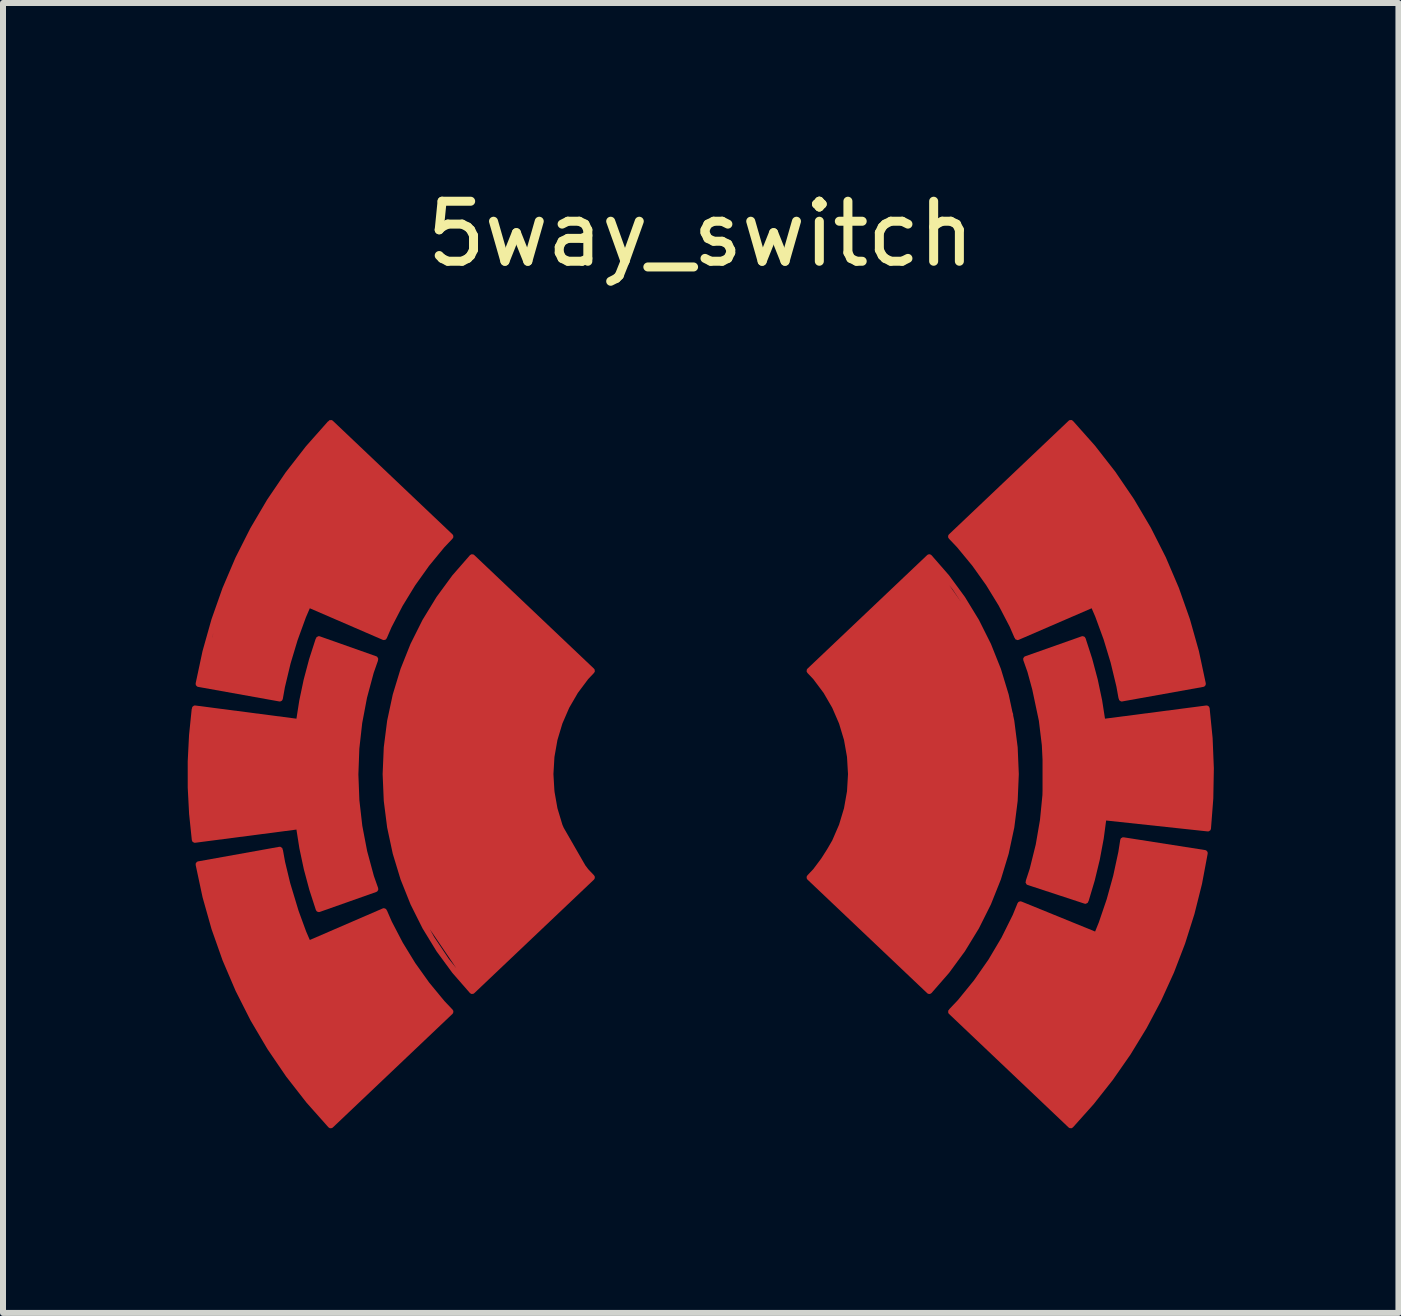
<source format=kicad_pcb>
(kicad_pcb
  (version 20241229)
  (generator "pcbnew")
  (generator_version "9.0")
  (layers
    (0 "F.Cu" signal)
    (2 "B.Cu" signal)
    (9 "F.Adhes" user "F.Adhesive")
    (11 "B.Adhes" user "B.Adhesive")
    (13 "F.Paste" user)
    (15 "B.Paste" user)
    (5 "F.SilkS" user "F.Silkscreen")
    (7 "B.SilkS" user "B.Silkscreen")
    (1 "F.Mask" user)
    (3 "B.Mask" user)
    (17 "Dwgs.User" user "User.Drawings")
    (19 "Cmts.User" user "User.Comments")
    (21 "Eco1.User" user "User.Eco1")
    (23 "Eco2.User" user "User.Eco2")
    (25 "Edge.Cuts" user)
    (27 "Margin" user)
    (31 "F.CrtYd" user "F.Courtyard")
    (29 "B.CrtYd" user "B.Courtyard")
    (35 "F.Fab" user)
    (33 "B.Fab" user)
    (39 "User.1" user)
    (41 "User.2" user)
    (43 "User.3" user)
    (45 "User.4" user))
  (footprint "5way_switch"
    (layer "F.Cu")
    (at 8.625 9.848)
    (property "Reference" "5way_switch" (at 0 -9 0) (unlocked yes) (layer "F.SilkS") (effects (font (size 1 1) (thickness 0.15))))
    (attr smd)
    (fp_line (start -8.429 1.094) (end -6.694 0.868) (stroke (width 0.25) (type solid)) (layer "F.Mask"))
    (fp_line (start -8.366 -1.503) (end -7.013 -1.26) (stroke (width 0.25) (type solid)) (layer "F.Mask"))
    (fp_line (start -7.013 1.26) (end -8.366 1.503) (stroke (width 0.25) (type solid)) (layer "F.Mask"))
    (fp_line (start -6.694 -0.868) (end -8.429 -1.094) (stroke (width 0.25) (type solid)) (layer "F.Mask"))
    (fp_line (start -6.539 -2.829) (end -5.277 -2.283) (stroke (width 0.25) (type solid)) (layer "F.Mask"))
    (fp_line (start -6.364 2.249) (end -5.422 1.916) (stroke (width 0.25) (type solid)) (layer "F.Mask"))
    (fp_line (start -6.165 5.852) (end -4.17 3.958) (stroke (width 0.25) (type solid)) (layer "F.Mask"))
    (fp_line (start -5.422 -1.916) (end -6.364 -2.249) (stroke (width 0.25) (type solid)) (layer "F.Mask"))
    (fp_line (start -5.277 2.283) (end -6.539 2.829) (stroke (width 0.25) (type solid)) (layer "F.Mask"))
    (fp_line (start -4.17 -3.958) (end -6.165 -5.852) (stroke (width 0.25) (type solid)) (layer "F.Mask"))
    (fp_line (start -3.808 3.614) (end -1.813 1.721) (stroke (width 0.25) (type solid)) (layer "F.Mask"))
    (fp_line (start -1.813 -1.721) (end -3.808 -3.614) (stroke (width 0.25) (type solid)) (layer "F.Mask"))
    (fp_line (start 1.813 1.721) (end 3.808 3.614) (stroke (width 0.25) (type solid)) (layer "F.Mask"))
    (fp_line (start 3.808 -3.614) (end 1.813 -1.721) (stroke (width 0.25) (type solid)) (layer "F.Mask"))
    (fp_line (start 4.17 3.958) (end 6.165 5.852) (stroke (width 0.25) (type solid)) (layer "F.Mask"))
    (fp_line (start 5.277 -2.283) (end 6.539 -2.829) (stroke (width 0.25) (type solid)) (layer "F.Mask"))
    (fp_line (start 5.461 1.799) (end 6.411 2.111) (stroke (width 0.25) (type solid)) (layer "F.Mask"))
    (fp_line (start 6.165 -5.852) (end 4.17 -3.958) (stroke (width 0.25) (type solid)) (layer "F.Mask"))
    (fp_line (start 6.364 -2.249) (end 5.422 -1.916) (stroke (width 0.25) (type solid)) (layer "F.Mask"))
    (fp_line (start 6.599 2.688) (end 5.325 2.169) (stroke (width 0.25) (type solid)) (layer "F.Mask"))
    (fp_line (start 6.712 0.718) (end 8.452 0.905) (stroke (width 0.25) (type solid)) (layer "F.Mask"))
    (fp_line (start 7.013 -1.26) (end 8.366 -1.503) (stroke (width 0.25) (type solid)) (layer "F.Mask"))
    (fp_line (start 8.398 1.315) (end 7.039 1.102) (stroke (width 0.25) (type solid)) (layer "F.Mask"))
    (fp_line (start 8.429 -1.094) (end 6.694 -0.868) (stroke (width 0.25) (type solid)) (layer "F.Mask"))
    (fp_arc (start -8.429351 1.093636) (mid -8.5 0.000001) (end -8.429351 -1.093635) (stroke (width 0.25) (type solid)) (layer "F.Mask"))
    (fp_arc (start -8.366089 -1.502852) (mid -7.583968 -3.838417) (end -6.165048 -5.851683) (stroke (width 0.25) (type solid)) (layer "F.Mask"))
    (fp_arc (start -7.012751 -1.259743) (mid -6.821343 -2.057888) (end -6.539415 -2.828724) (stroke (width 0.25) (type solid)) (layer "F.Mask"))
    (fp_arc (start -6.693897 -0.868475) (mid -6.565521 -1.567302) (end -6.364398 -2.248763) (stroke (width 0.25) (type solid)) (layer "F.Mask"))
    (fp_arc (start -6.539415 2.828725) (mid -6.821343 2.057889) (end -7.012751 1.259744) (stroke (width 0.25) (type solid)) (layer "F.Mask"))
    (fp_arc (start -6.364398 2.248764) (mid -6.565521 1.567303) (end -6.693897 0.868475) (stroke (width 0.25) (type solid)) (layer "F.Mask"))
    (fp_arc (start -6.165048 5.851683) (mid -7.583968 3.838417) (end -8.366089 1.502852) (stroke (width 0.25) (type solid)) (layer "F.Mask"))
    (fp_arc (start -5.421525 1.915614) (mid -5.75 0.000001) (end -5.421525 -1.915613) (stroke (width 0.25) (type solid)) (layer "F.Mask"))
    (fp_arc (start -5.277422 -2.28283) (mid -4.797671 -3.169362) (end -4.170473 -3.958491) (stroke (width 0.25) (type solid)) (layer "F.Mask"))
    (fp_arc (start -4.170473 3.958491) (mid -4.797671 3.169363) (end -5.277422 2.282831) (stroke (width 0.25) (type solid)) (layer "F.Mask"))
    (fp_arc (start -3.807824 3.614275) (mid -5.25 0.000001) (end -3.807824 -3.614274) (stroke (width 0.25) (type solid)) (layer "F.Mask"))
    (fp_arc (start -1.813249 1.721083) (mid -2.5 0) (end -1.813249 -1.721083) (stroke (width 0.25) (type solid)) (layer "F.Mask"))
    (fp_arc (start 1.813249 -1.721083) (mid 2.5 0) (end 1.813249 1.721083) (stroke (width 0.25) (type solid)) (layer "F.Mask"))
    (fp_arc (start 3.807823 -3.614274) (mid 5.25 0.000001) (end 3.807823 3.614275) (stroke (width 0.25) (type solid)) (layer "F.Mask"))
    (fp_arc (start 4.170473 -3.958491) (mid 4.79767 -3.169362) (end 5.277422 -2.28283) (stroke (width 0.25) (type solid)) (layer "F.Mask"))
    (fp_arc (start 5.325263 2.168886) (mid 4.831452 3.117623) (end 4.170473 3.958491) (stroke (width 0.25) (type solid)) (layer "F.Mask"))
    (fp_arc (start 5.421524 -1.915613) (mid 5.749668 -0.06179) (end 5.46144 1.798657) (stroke (width 0.25) (type solid)) (layer "F.Mask"))
    (fp_arc (start 6.165047 -5.851683) (mid 7.583967 -3.838416) (end 8.366088 -1.502852) (stroke (width 0.25) (type solid)) (layer "F.Mask"))
    (fp_arc (start 6.364398 -2.248763) (mid 6.565521 -1.567302) (end 6.693896 -0.868475) (stroke (width 0.25) (type solid)) (layer "F.Mask"))
    (fp_arc (start 6.539414 -2.828724) (mid 6.821343 -2.057888) (end 7.01275 -1.259743) (stroke (width 0.25) (type solid)) (layer "F.Mask"))
    (fp_arc (start 6.711667 0.71835) (mid 6.598331 1.422859) (end 6.411256 2.111467) (stroke (width 0.25) (type solid)) (layer "F.Mask"))
    (fp_arc (start 7.039203 1.102379) (mid 6.864856 1.907713) (end 6.598696 2.687533) (stroke (width 0.25) (type solid)) (layer "F.Mask"))
    (fp_arc (start 8.397646 1.315119) (mid 7.626474 3.75325) (end 6.165047 5.851683) (stroke (width 0.25) (type solid)) (layer "F.Mask"))
    (fp_arc (start 8.429351 -1.093635) (mid 8.499467 -0.095183) (end 8.451729 0.904589) (stroke (width 0.25) (type solid)) (layer "F.Mask"))
    (fp_poly (pts (xy -6.6 2.829) (xy -5.277 2.283) (xy -4.798 3.169) (xy -4.17 3.958) (xy -6.165 5.852) (xy -7 4.9) (xy -7.7 3.5) (xy -8.366 1.503) (xy -7.013 1.26)) (stroke (width 0.01) (type solid)) (fill yes) (layer "F.Mask"))
    (fp_poly (pts (xy -4.17 -3.958) (xy -4.798 -3.169) (xy -5.277 -2.283) (xy -6.539 -2.829) (xy -7.013 -1.26) (xy -8.366 -1.503) (xy -8 -2.8) (xy -7.3 -4.4) (xy -6.2 -5.8)) (stroke (width 0.01) (type solid)) (fill yes) (layer "F.Mask"))
    (fp_poly (pts (xy 8.398 1.315) (xy 8 2.9) (xy 7.4 4.1) (xy 6.9 5) (xy 6.165 5.852) (xy 4.17 3.958) (xy 4.9 3) (xy 5.325 2.169) (xy 6.599 2.688) (xy 7.039 1.102)) (stroke (width 0.01) (type solid)) (fill yes) (layer "F.Mask"))
    (fp_poly (pts (xy -5.422 -1.916) (xy -5.7 -0.3) (xy -5.6 1.1) (xy -5.422 1.916) (xy -6.364 2.249) (xy -6.694 0.868) (xy -8.429 1.094) (xy -8.5 0) (xy -8.429 -1.094) (xy -6.694 -0.868) (xy -6.364 -2.249)) (stroke (width 0.12) (type solid)) (fill yes) (layer "F.Mask"))
    (fp_poly (pts (xy 7.2 -4.5) (xy 7.8 -3.4) (xy 8.2 -2.2) (xy 8.366 -1.503) (xy 7.013 -1.26) (xy 6.8 -2.2) (xy 6.539 -2.829) (xy 5.3 -2.4) (xy 4.798 -3.3) (xy 4.17 -3.958) (xy 6.165 -5.852)) (stroke (width 0.01) (type solid)) (fill yes) (layer "F.Mask"))
    (fp_poly (pts (xy -1.813 -1.721) (xy -2.4 -0.9) (xy -2.5 0) (xy -2.4 0.8) (xy -1.813 1.721) (xy -3.808 3.614) (xy -4.3 3) (xy -4.8 2) (xy -5.2 0.6) (xy -5.2 -1) (xy -4.7 -2.4) (xy -3.808 -3.614)) (stroke (width 0.01) (type solid)) (fill yes) (layer "F.Mask"))
    (fp_poly (pts (xy 4.3 -3.1) (xy 4.8 -2.2) (xy 5.1 -1.2) (xy 5.25 0) (xy 5.2 0.8) (xy 4.7 2.3) (xy 3.808 3.614) (xy 1.9 1.7) (xy 2.3 1) (xy 2.5 0.3) (xy 2.5 -0.7) (xy 1.813 -1.721) (xy 3.808 -3.614)) (stroke (width 0.01) (type solid)) (fill yes) (layer "F.Mask"))
    (fp_poly (pts (xy 6.566 -1.5) (xy 6.694 -0.868) (xy 8.429 -1.094) (xy 8.499 -0.095) (xy 8.452 0.905) (xy 6.712 0.718) (xy 6.598 1.423) (xy 6.411 2.111) (xy 5.461 1.799) (xy 5.8 0.4) (xy 5.75 -0.7) (xy 5.422 -1.916) (xy 6.364 -2.249)) (stroke (width 0.01) (type solid)) (fill yes) (layer "F.Mask"))
    (pad "1" smd custom (at -6 -3.8) (size 1.524 1.524) (layers "F.Cu") (options (anchor circle)) (primitives (gr_poly (pts (xy -1.143 -0.381) (xy -1.127 -0.49) (xy -1.072 -0.602) (xy -0.984 -0.691) (xy -0.871 -0.746) (xy -0.762 -0.762) (xy 0.762 -0.762) (xy 0.871 -0.746) (xy 0.983 -0.691) (xy 1.072 -0.603) (xy 1.127 -0.49) (xy 1.143 -0.381) (xy 1.143 0.381) (xy 1.127 0.49) (xy 1.072 0.602) (xy 0.984 0.691) (xy 0.871 0.746) (xy 0.762 0.762) (xy -0.762 0.762) (xy -0.871 0.746) (xy -0.983 0.691) (xy -1.072 0.603) (xy -1.127 0.49) (xy -1.143 0.381)) (width 0) (fill yes)) (gr_poly (pts (xy 1.83 -0.158) (xy 1.202 0.631) (xy 0.723 1.517) (xy -0.557 0.966) (xy -1.03 2.535) (xy -2.366 2.297) (xy -1.84 0.53) (xy -1.06 -0.95) (xy -0.165 -2.052)) (width 0.01) (fill yes)) (gr_line (start 1.83 -0.158) (end -0.165 -2.052) (width 0.1)) (gr_line (start -0.539 0.971) (end 0.723 1.517) (width 0.1)) (gr_line (start -2.366 2.297) (end -1.013 2.54) (width 0.1)) (gr_arc (start -1.012751 2.540257) (mid -0.823109 1.748072) (end -0.54434 0.98269) (width 0.1)) (gr_arc (start -2.366089 2.297148) (mid -1.587097 -0.031686) (end -0.175251 -2.040911) (width 0.1)) (gr_arc (start 0.722578 1.51717) (mid 1.202379 0.630679) (end 1.829518 -0.158481) (width 0.1))))
    (pad "2" smd custom (at -6.9 0) (size 1.524 1.524) (layers "F.Cu") (options (anchor circle)) (primitives (gr_poly (pts (xy -1.143 -0.381) (xy -1.127 -0.49) (xy -1.072 -0.602) (xy -0.984 -0.691) (xy -0.871 -0.746) (xy -0.762 -0.762) (xy 0.762 -0.762) (xy 0.871 -0.746) (xy 0.983 -0.691) (xy 1.072 -0.603) (xy 1.127 -0.49) (xy 1.143 -0.381) (xy 1.143 0.381) (xy 1.127 0.49) (xy 1.072 0.602) (xy 0.984 0.691) (xy 0.871 0.746) (xy 0.762 0.762) (xy -0.762 0.762) (xy -0.871 0.746) (xy -0.983 0.691) (xy -1.072 0.603) (xy -1.127 0.49) (xy -1.143 0.381)) (width 0) (fill yes)) (gr_arc (start 1.478475 1.915614) (mid 1.150175 0.00502) (end 1.47514 -1.906144) (width 0.1)) (gr_line (start 0.536 2.249) (end 1.478 1.916) (width 0.1)) (gr_line (start 1.478 -1.916) (end 0.536 -2.249) (width 0.1)) (gr_arc (start 0.535602 2.248764) (mid 0.335747 1.573033) (end 0.20762 0.880114) (width 0.1)) (gr_line (start -1.529 1.094) (end 0.206 0.868) (width 0.1)) (gr_arc (start -1.529351 1.093636) (mid -1.60007 0.007407) (end -1.531246 -1.078944) (width 0.1)) (gr_line (start 0.206 -0.868) (end -1.529 -1.094) (width 0.1)) (gr_arc (start 0.206103 -0.868475) (mid 0.333022 -1.561618) (end 0.5317 -2.237697) (width 0.1)) (gr_poly (pts (xy 1.478 -1.916) (xy 1.2 -0.8) (xy 1.15 0.3) (xy 1.3 1.2) (xy 1.478 1.916) (xy 0.536 2.249) (xy 0.206 0.868) (xy -1.529 1.094) (xy -1.6 0.000001) (xy -1.529 -1.094) (xy 0.206 -0.868) (xy 0.536 -2.249)) (width 0.01) (fill yes))))
    (pad "3" smd custom (at -6.1 3.8) (size 1.524 1.524) (layers "F.Cu") (options (anchor circle)) (primitives (gr_poly (pts (xy -1.143 -0.381) (xy -1.127 -0.49) (xy -1.072 -0.602) (xy -0.984 -0.691) (xy -0.871 -0.746) (xy -0.762 -0.762) (xy 0.762 -0.762) (xy 0.871 -0.746) (xy 0.983 -0.691) (xy 1.072 -0.603) (xy 1.127 -0.49) (xy 1.143 -0.381) (xy 1.143 0.381) (xy 1.127 0.49) (xy 1.072 0.602) (xy 0.984 0.691) (xy 0.871 0.746) (xy 0.762 0.762) (xy -0.762 0.762) (xy -0.871 0.746) (xy -0.983 0.691) (xy -1.072 0.603) (xy -1.127 0.49) (xy -1.143 0.381)) (width 0) (fill yes)) (gr_poly (pts (xy -0.439 -0.971) (xy 0.823 -1.517) (xy 1.302 -0.631) (xy 1.93 0.158) (xy -0.065 2.052) (xy -1.1 0.7) (xy -1.8 -0.7) (xy -2.266 -2.297) (xy -0.913 -2.54)) (width 0.01) (fill yes)) (gr_line (start 0.823 -1.517) (end -0.439 -0.971) (width 0.1)) (gr_line (start -0.065 2.052) (end 1.93 0.158) (width 0.1)) (gr_line (start -0.913 -2.54) (end -2.266 -2.297) (width 0.1)) (gr_arc (start -0.439415 -0.971275) (mid -0.719518 -1.736169) (end -0.910542 -2.528022) (width 0.1)) (gr_arc (start -0.065048 2.051683) (mid -1.483749 0.038311) (end -2.266087 -2.297138) (width 0.1)) (gr_arc (start 1.929527 0.158491) (mid 1.30515 -0.626489) (end 0.82657 -1.507966) (width 0.1))))
    (pad "4" smd custom (at -3.8 0) (size 1.524 1.524) (layers "F.Cu") (options (anchor circle)) (primitives (gr_poly (pts (xy -1.143 -0.381) (xy -1.127 -0.49) (xy -1.072 -0.602) (xy -0.984 -0.691) (xy -0.871 -0.746) (xy -0.762 -0.762) (xy 0.762 -0.762) (xy 0.871 -0.746) (xy 0.983 -0.691) (xy 1.072 -0.603) (xy 1.127 -0.49) (xy 1.143 -0.381) (xy 1.143 0.381) (xy 1.127 0.49) (xy 1.072 0.602) (xy 0.984 0.691) (xy 0.871 0.746) (xy 0.762 0.762) (xy -0.762 0.762) (xy -0.871 0.746) (xy -0.983 0.691) (xy -1.072 0.603) (xy -1.127 0.49) (xy -1.143 0.381)) (width 0) (fill yes)) (gr_poly (pts (xy 1.987 -1.721) (xy 1.5 -1.1) (xy 1.3 -0.3) (xy 1.4 0.7) (xy 1.987 1.721) (xy -0.008 3.614) (xy -0.9 2.3) (xy -1.3 1.3) (xy -1.45 0.000001) (xy -1.3 -1.4) (xy -0.8 -2.6) (xy -0.008 -3.614)) (width 0.01) (fill yes)) (gr_line (start 1.987 -1.721) (end -0.008 -3.614) (width 0.1)) (gr_line (start -0.008 3.614) (end 1.987 1.721) (width 0.1)) (gr_arc (start -0.007824 3.614275) (mid -1.449774 0.000002) (end -0.007826 -3.614271) (width 0.1)) (gr_arc (start 1.986751 1.721083) (mid 1.300108 0.000001) (end 1.986749 -1.721081) (width 0.1))))
    (pad "5" smd custom (at 5.9 3.9) (size 1.524 1.524) (layers "F.Cu") (options (anchor circle)) (primitives (gr_poly (pts (xy -1.143 -0.381) (xy -1.127 -0.49) (xy -1.072 -0.602) (xy -0.984 -0.691) (xy -0.871 -0.746) (xy -0.762 -0.762) (xy 0.762 -0.762) (xy 0.871 -0.746) (xy 0.983 -0.691) (xy 1.072 -0.603) (xy 1.127 -0.49) (xy 1.143 -0.381) (xy 1.143 0.381) (xy 1.127 0.49) (xy 1.072 0.602) (xy 0.984 0.691) (xy 0.871 0.746) (xy 0.762 0.762) (xy -0.762 0.762) (xy -0.871 0.746) (xy -0.983 0.691) (xy -1.072 0.603) (xy -1.127 0.49) (xy -1.143 0.381)) (width 0) (fill yes)) (gr_poly (pts (xy 2.498 -2.585) (xy 2.2 -1.2) (xy 1.6 0.1) (xy 0.9 1.2) (xy 0.265 1.952) (xy -1.73 0.058) (xy -1.069 -0.782) (xy -0.575 -1.731) (xy 0.699 -1.212) (xy 0.965 -1.992) (xy 1.139 -2.798)) (width 0.01) (fill yes)) (gr_line (start 0.699 -1.212) (end -0.575 -1.731) (width 0.1)) (gr_line (start 2.498 -2.585) (end 1.139 -2.798) (width 0.1)) (gr_line (start -1.73 0.058) (end 0.265 1.952) (width 0.1)) (gr_arc (start 2.497646 -2.584881) (mid 1.726417 -0.146779) (end 0.265048 1.951682) (width 0.1)) (gr_arc (start 1.139203 -2.797621) (mid 0.966652 -1.998218) (end 0.703364 -1.223945) (width 0.1)) (gr_arc (start -0.574737 -1.731114) (mid -1.066006 -0.78672) (end -1.722614 0.051189) (width 0.1))))
    (pad "6" smd custom (at 7.3 -0.1) (size 1.524 1.524) (layers "F.Cu") (options (anchor circle)) (primitives (gr_poly (pts (xy -1.143 -0.381) (xy -1.127 -0.49) (xy -1.072 -0.602) (xy -0.984 -0.691) (xy -0.871 -0.746) (xy -0.762 -0.762) (xy 0.762 -0.762) (xy 0.871 -0.746) (xy 0.983 -0.691) (xy 1.072 -0.603) (xy 1.127 -0.49) (xy 1.143 -0.381) (xy 1.143 0.381) (xy 1.127 0.49) (xy 1.072 0.602) (xy 0.984 0.691) (xy 0.871 0.746) (xy 0.762 0.762) (xy -0.762 0.762) (xy -0.871 0.746) (xy -0.983 0.691) (xy -1.072 0.603) (xy -1.127 0.49) (xy -1.143 0.381)) (width 0) (fill yes)) (gr_line (start 1.129 -0.994) (end -0.606 -0.768) (width 0.1)) (gr_arc (start -0.935602 -2.148763) (mid -0.734382 -1.467326) (end -0.606104 -0.768477) (width 0.1)) (gr_line (start -0.936 -2.149) (end -1.878 -1.816) (width 0.1)) (gr_arc (start -1.878476 -1.815613) (mid -1.550295 0.033195) (end -1.83543 1.889129) (width 0.1)) (gr_line (start -1.839 1.899) (end -0.889 2.211) (width 0.1)) (gr_arc (start 1.129351 -0.993635) (mid 1.199461 0.004812) (end 1.15173 1.004579) (width 0.1)) (gr_line (start -0.588 0.818) (end 1.152 1.005) (width 0.1)) (gr_arc (start -0.588333 0.81835) (mid -0.700489 1.517085) (end -0.885069 2.200269) (width 0.1)) (gr_poly (pts (xy -0.606 -0.768) (xy 1.129 -0.994) (xy 1.2 -0.1) (xy 1.152 1.005) (xy -0.588 0.818) (xy -0.889 2.211) (xy -1.839 1.899) (xy -1.6 0.9) (xy -1.6 -0.5) (xy -1.878 -1.816) (xy -0.936 -2.149)) (width 0.01) (fill yes))))
    (pad "7" smd custom (at 6 -3.9) (size 1.524 1.524) (layers "F.Cu") (options (anchor circle)) (primitives (gr_poly (pts (xy -1.143 -0.381) (xy -1.127 -0.49) (xy -1.072 -0.602) (xy -0.984 -0.691) (xy -0.871 -0.746) (xy -0.762 -0.762) (xy 0.762 -0.762) (xy 0.871 -0.746) (xy 0.983 -0.691) (xy 1.072 -0.603) (xy 1.127 -0.49) (xy 1.143 -0.381) (xy 1.143 0.381) (xy 1.127 0.49) (xy 1.072 0.602) (xy 0.984 0.691) (xy 0.871 0.746) (xy 0.762 0.762) (xy -0.762 0.762) (xy -0.871 0.746) (xy -0.983 0.691) (xy -1.072 0.603) (xy -1.127 0.49) (xy -1.143 0.381)) (width 0) (fill yes)) (gr_poly (pts (xy 0.7 -1.3) (xy 1.2 -0.6) (xy 1.7 0.2) (xy 2.1 1.2) (xy 2.366 2.397) (xy 1.013 2.64) (xy 0.821 1.842) (xy 0.539 1.071) (xy -0.723 1.617) (xy -1.202 0.731) (xy -1.83 -0.058) (xy 0.165 -1.952)) (width 0.01) (fill yes)) (gr_line (start 0.165 -1.952) (end -1.83 -0.058) (width 0.1)) (gr_line (start -0.723 1.617) (end 0.539 1.071) (width 0.1)) (gr_line (start 1.013 2.64) (end 2.366 2.397) (width 0.1)) (gr_arc (start -1.829527 -0.058491) (mid -1.205149 0.726493) (end -0.726567 1.607973) (width 0.1)) (gr_arc (start 0.165047 -1.951683) (mid 1.583748 0.061689) (end 2.366086 2.397138) (width 0.1)) (gr_arc (start 0.539414 1.071276) (mid 0.819517 1.83617) (end 1.010541 2.628023) (width 0.1))))
    (pad "8" smd custom (at 3.7 0.1) (size 1.524 1.524) (layers "F.Cu") (options (anchor circle)) (primitives (gr_poly (pts (xy -1.143 -0.381) (xy -1.127 -0.49) (xy -1.072 -0.602) (xy -0.984 -0.691) (xy -0.871 -0.746) (xy -0.762 -0.762) (xy 0.762 -0.762) (xy 0.871 -0.746) (xy 0.983 -0.691) (xy 1.072 -0.603) (xy 1.127 -0.49) (xy 1.143 -0.381) (xy 1.143 0.381) (xy 1.127 0.49) (xy 1.072 0.602) (xy 0.984 0.691) (xy 0.871 0.746) (xy 0.762 0.762) (xy -0.762 0.762) (xy -0.871 0.746) (xy -0.983 0.691) (xy -1.072 0.603) (xy -1.127 0.49) (xy -1.143 0.381)) (width 0) (fill yes)) (gr_poly (pts (xy 1.1 -2.3) (xy 1.5 -1.1) (xy 1.55 0.1) (xy 1.3 1.5) (xy 0.8 2.6) (xy 0.108 3.514) (xy -1.887 1.621) (xy -1.3 0.7) (xy -1.2 -0.3) (xy -1.4 -1.2) (xy -1.887 -1.821) (xy 0.108 -3.714)) (width 0.01) (fill yes)) (gr_line (start 0.108 -3.714) (end -1.887 -1.821) (width 0.1)) (gr_line (start -1.887 1.621) (end 0.108 3.514) (width 0.1)) (gr_arc (start -1.886751 -1.821083) (mid -1.200108 -0.100001) (end -1.886749 1.621081) (width 0.1)) (gr_arc (start 0.107823 -3.714274) (mid 1.549773 -0.100001) (end 0.107825 3.514272) (width 0.1)))))
  (gr_rect
    (start -3 -3)
    (end 20.25 18.825)
    (stroke (width 0.1) (type default))
    (fill no)
    (layer "Edge.Cuts")))
</source>
